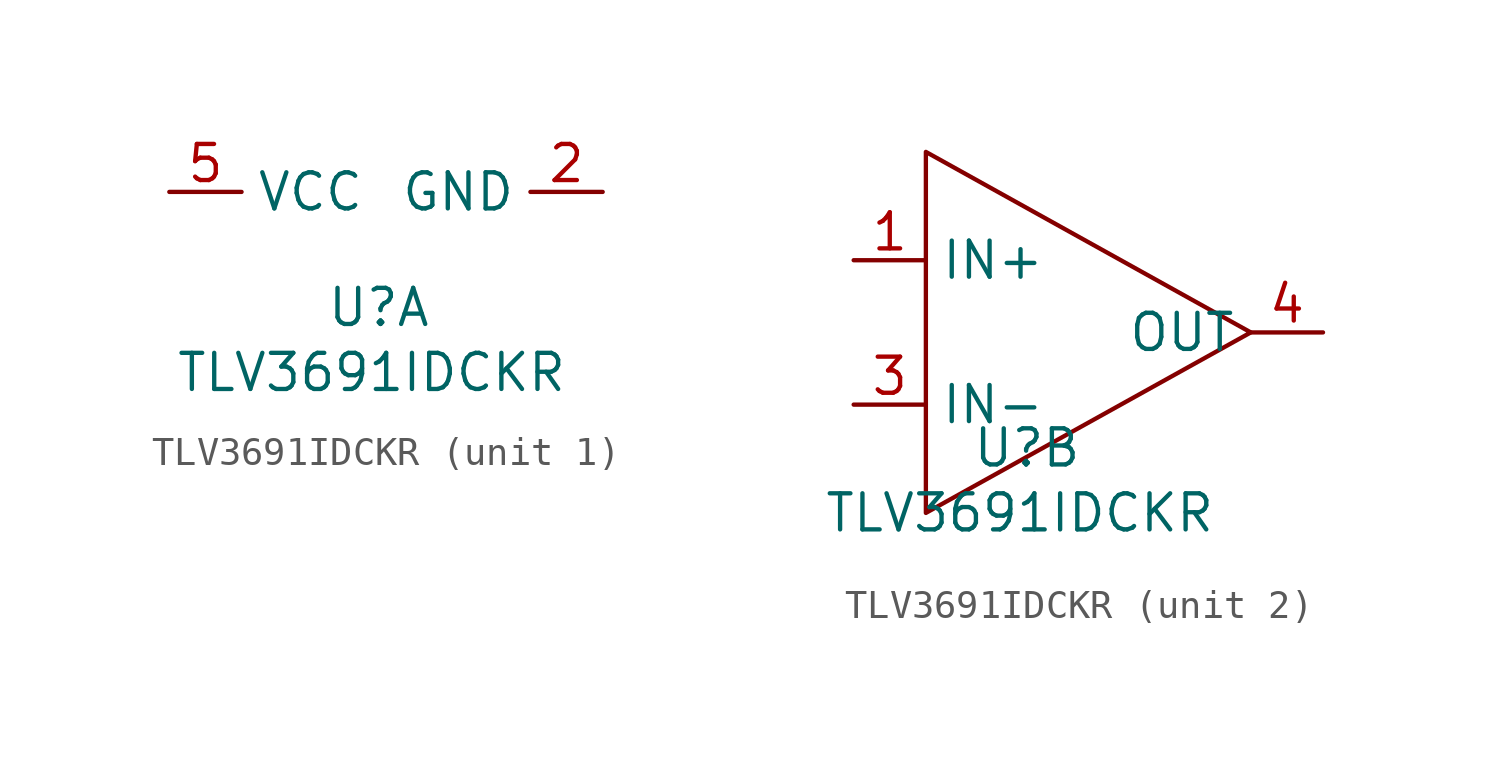
<source format=kicad_sym>
(kicad_symbol_lib
  (version 20231120)
  (generator "kicad_symbol_editor")
  (generator_version "8.0")
  (symbol "TLV3691IDCKR"
    (property "Reference" "U"
      (at -1.524 -0.254 0)
      (effects (font (size 1.27 1.27))))
    (property "Value" "TLV3691IDCKR"
      (at -1.778 -2.54 0)
      (effects (font (size 1.27 1.27))))
    (property "ki_locked" ""
      (at 0 0 0)
      (effects (font (size 1.27 1.27))))
    (symbol "TLV3691IDCKR_1_1"
      (pin power_in line (at 6.35 3.81 180) (length 2.54) (name "GND" (effects (font (size 1.27 1.27)))) (number "2" (effects (font (size 1.27 1.27)))))
      (pin power_in line (at -8.89 3.81 0) (length 2.54) (name "VCC" (effects (font (size 1.27 1.27)))) (number "5" (effects (font (size 1.27 1.27))))))
    (symbol "TLV3691IDCKR_2_1"
      (polyline (pts (xy -5.08 10.16) (xy -5.08 -2.54) (xy 6.35 3.81) (xy -5.08 10.16)) (stroke (width 0) (type default)) (fill (type none)))
      (pin input line (at -7.62 6.35 0) (length 2.54) (name "IN+" (effects (font (size 1.27 1.27)))) (number "1" (effects (font (size 1.27 1.27)))))
      (pin input line (at -7.62 1.27 0) (length 2.54) (name "IN-" (effects (font (size 1.27 1.27)))) (number "3" (effects (font (size 1.27 1.27)))))
      (pin output line (at 8.89 3.81 180) (length 2.54) (name "OUT" (effects (font (size 1.27 1.27)))) (number "4" (effects (font (size 1.27 1.27))))))))
</source>
